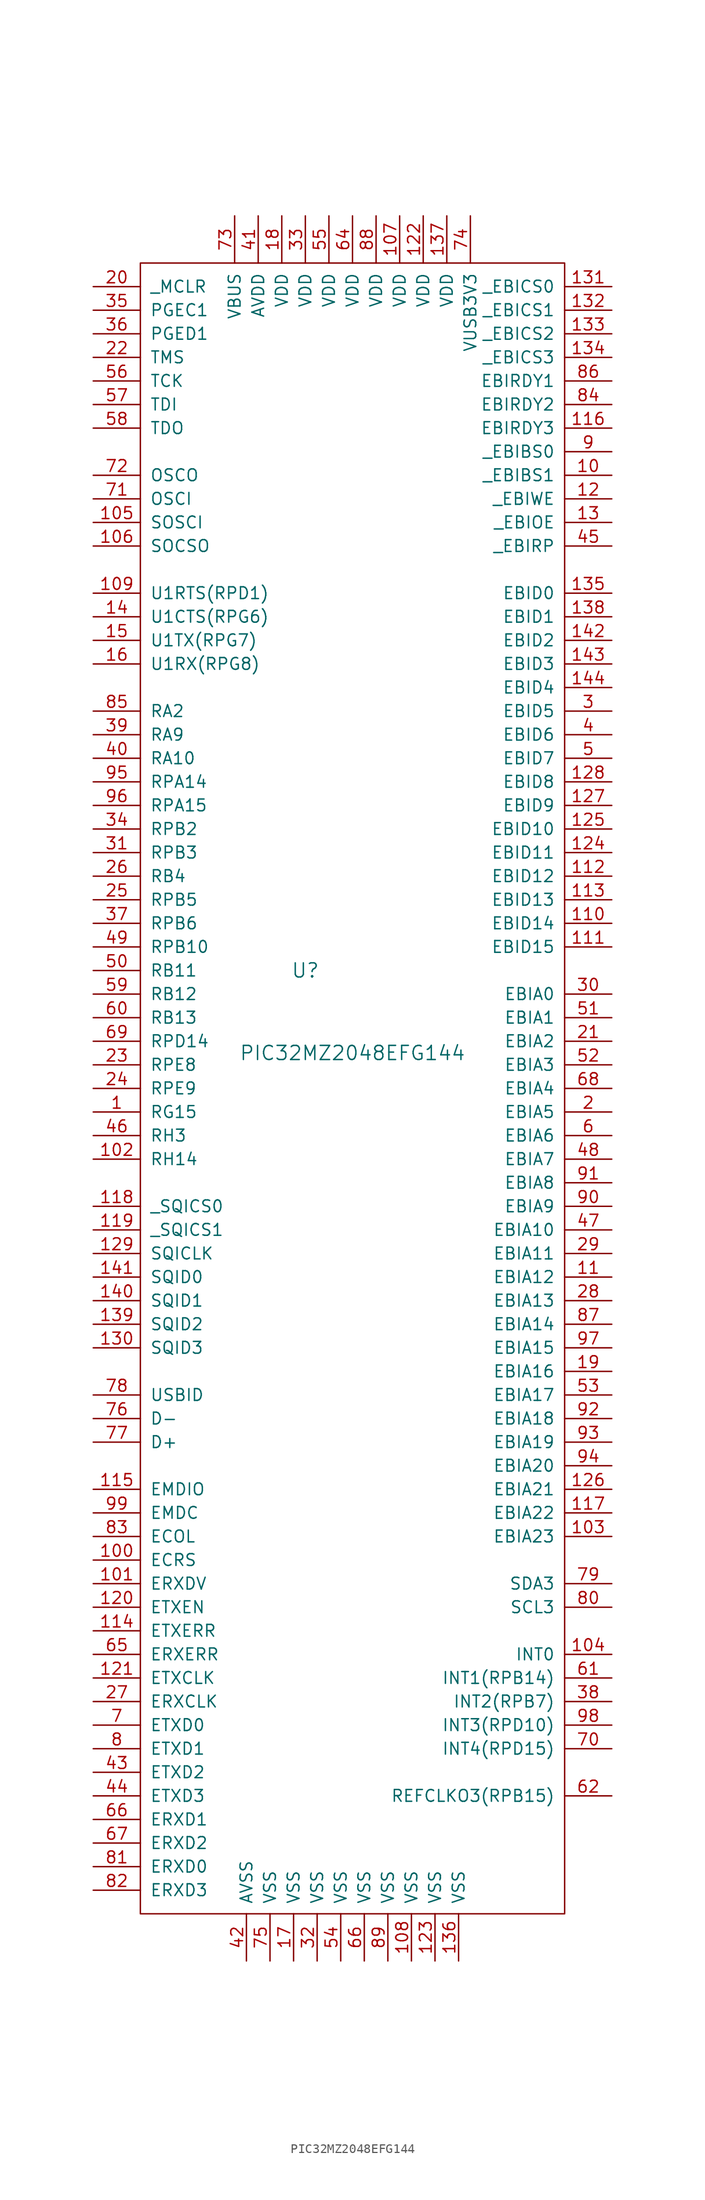
<source format=kicad_sym>
(kicad_symbol_lib
  (version 20211014)
  (generator kicad_symbol_editor)
  (symbol "PIC32MZ2048EFG144"
    (pin_names
      (offset 1.016))
    (property "Reference" "U"
      (at -5.08 5.08 0)
      (effects (font (size 1.524 1.524))))
    (property "Value" "PIC32MZ2048EFG144"
      (at 0 -3.81 0)
      (effects (font (size 1.524 1.524))))
    (property "Footprint" ""
      (at 26.67 -48.26 0)
      (effects (font (size 1.524 1.524))))
    (property "Datasheet" ""
      (at 26.67 -48.26 0)
      (effects (font (size 1.524 1.524))))
    (symbol "PIC32MZ2048EFG144_0_1"
      (rectangle (start -22.86 -96.52) (end 22.86 81.28) (stroke (width 0) (type default) (color 0 0 0 0)) (fill (type none))))
    (symbol "PIC32MZ2048EFG144_1_1"
      (pin tri_state line (at -27.94 -10.16 0) (length 5.08) (name "RG15" (effects (font (size 1.27 1.27)))) (number "1" (effects (font (size 1.27 1.27)))))
      (pin tri_state line (at 27.94 58.42 180) (length 5.08) (name "_EBIBS1" (effects (font (size 1.27 1.27)))) (number "10" (effects (font (size 1.27 1.27)))))
      (pin tri_state line (at -27.94 -58.42 0) (length 5.08) (name "ECRS" (effects (font (size 1.27 1.27)))) (number "100" (effects (font (size 1.27 1.27)))))
      (pin tri_state line (at -27.94 -60.96 0) (length 5.08) (name "ERXDV" (effects (font (size 1.27 1.27)))) (number "101" (effects (font (size 1.27 1.27)))))
      (pin tri_state line (at -27.94 -15.24 0) (length 5.08) (name "RH14" (effects (font (size 1.27 1.27)))) (number "102" (effects (font (size 1.27 1.27)))))
      (pin tri_state line (at 27.94 -55.88 180) (length 5.08) (name "EBIA23" (effects (font (size 1.27 1.27)))) (number "103" (effects (font (size 1.27 1.27)))))
      (pin tri_state line (at 27.94 -68.58 180) (length 5.08) (name "INT0" (effects (font (size 1.27 1.27)))) (number "104" (effects (font (size 1.27 1.27)))))
      (pin tri_state line (at -27.94 53.34 0) (length 5.08) (name "SOSCI" (effects (font (size 1.27 1.27)))) (number "105" (effects (font (size 1.27 1.27)))))
      (pin tri_state line (at -27.94 50.8 0) (length 5.08) (name "SOCSO" (effects (font (size 1.27 1.27)))) (number "106" (effects (font (size 1.27 1.27)))))
      (pin power_in line (at 5.08 86.36 270) (length 5.08) (name "VDD" (effects (font (size 1.27 1.27)))) (number "107" (effects (font (size 1.27 1.27)))))
      (pin power_in line (at 6.35 -101.6 90) (length 5.08) (name "VSS" (effects (font (size 1.27 1.27)))) (number "108" (effects (font (size 1.27 1.27)))))
      (pin tri_state line (at -27.94 45.72 0) (length 5.08) (name "U1RTS(RPD1)" (effects (font (size 1.27 1.27)))) (number "109" (effects (font (size 1.27 1.27)))))
      (pin tri_state line (at 27.94 -27.94 180) (length 5.08) (name "EBIA12" (effects (font (size 1.27 1.27)))) (number "11" (effects (font (size 1.27 1.27)))))
      (pin tri_state line (at 27.94 10.16 180) (length 5.08) (name "EBID14" (effects (font (size 1.27 1.27)))) (number "110" (effects (font (size 1.27 1.27)))))
      (pin tri_state line (at 27.94 7.62 180) (length 5.08) (name "EBID15" (effects (font (size 1.27 1.27)))) (number "111" (effects (font (size 1.27 1.27)))))
      (pin tri_state line (at 27.94 15.24 180) (length 5.08) (name "EBID12" (effects (font (size 1.27 1.27)))) (number "112" (effects (font (size 1.27 1.27)))))
      (pin tri_state line (at 27.94 12.7 180) (length 5.08) (name "EBID13" (effects (font (size 1.27 1.27)))) (number "113" (effects (font (size 1.27 1.27)))))
      (pin tri_state line (at -27.94 -66.04 0) (length 5.08) (name "ETXERR" (effects (font (size 1.27 1.27)))) (number "114" (effects (font (size 1.27 1.27)))))
      (pin tri_state line (at -27.94 -50.8 0) (length 5.08) (name "EMDIO" (effects (font (size 1.27 1.27)))) (number "115" (effects (font (size 1.27 1.27)))))
      (pin tri_state line (at 27.94 63.5 180) (length 5.08) (name "EBIRDY3" (effects (font (size 1.27 1.27)))) (number "116" (effects (font (size 1.27 1.27)))))
      (pin tri_state line (at 27.94 -53.34 180) (length 5.08) (name "EBIA22" (effects (font (size 1.27 1.27)))) (number "117" (effects (font (size 1.27 1.27)))))
      (pin tri_state line (at -27.94 -20.32 0) (length 5.08) (name "_SQICS0" (effects (font (size 1.27 1.27)))) (number "118" (effects (font (size 1.27 1.27)))))
      (pin tri_state line (at -27.94 -22.86 0) (length 5.08) (name "_SQICS1" (effects (font (size 1.27 1.27)))) (number "119" (effects (font (size 1.27 1.27)))))
      (pin tri_state line (at 27.94 55.88 180) (length 5.08) (name "_EBIWE" (effects (font (size 1.27 1.27)))) (number "12" (effects (font (size 1.27 1.27)))))
      (pin tri_state line (at -27.94 -63.5 0) (length 5.08) (name "ETXEN" (effects (font (size 1.27 1.27)))) (number "120" (effects (font (size 1.27 1.27)))))
      (pin tri_state line (at -27.94 -71.12 0) (length 5.08) (name "ETXCLK" (effects (font (size 1.27 1.27)))) (number "121" (effects (font (size 1.27 1.27)))))
      (pin power_in line (at 7.62 86.36 270) (length 5.08) (name "VDD" (effects (font (size 1.27 1.27)))) (number "122" (effects (font (size 1.27 1.27)))))
      (pin power_in line (at 8.89 -101.6 90) (length 5.08) (name "VSS" (effects (font (size 1.27 1.27)))) (number "123" (effects (font (size 1.27 1.27)))))
      (pin tri_state line (at 27.94 17.78 180) (length 5.08) (name "EBID11" (effects (font (size 1.27 1.27)))) (number "124" (effects (font (size 1.27 1.27)))))
      (pin tri_state line (at 27.94 20.32 180) (length 5.08) (name "EBID10" (effects (font (size 1.27 1.27)))) (number "125" (effects (font (size 1.27 1.27)))))
      (pin tri_state line (at 27.94 -50.8 180) (length 5.08) (name "EBIA21" (effects (font (size 1.27 1.27)))) (number "126" (effects (font (size 1.27 1.27)))))
      (pin tri_state line (at 27.94 22.86 180) (length 5.08) (name "EBID9" (effects (font (size 1.27 1.27)))) (number "127" (effects (font (size 1.27 1.27)))))
      (pin tri_state line (at 27.94 25.4 180) (length 5.08) (name "EBID8" (effects (font (size 1.27 1.27)))) (number "128" (effects (font (size 1.27 1.27)))))
      (pin tri_state line (at -27.94 -25.4 0) (length 5.08) (name "SQICLK" (effects (font (size 1.27 1.27)))) (number "129" (effects (font (size 1.27 1.27)))))
      (pin tri_state line (at 27.94 53.34 180) (length 5.08) (name "_EBIOE" (effects (font (size 1.27 1.27)))) (number "13" (effects (font (size 1.27 1.27)))))
      (pin tri_state line (at -27.94 -35.56 0) (length 5.08) (name "SQID3" (effects (font (size 1.27 1.27)))) (number "130" (effects (font (size 1.27 1.27)))))
      (pin tri_state line (at 27.94 78.74 180) (length 5.08) (name "_EBICS0" (effects (font (size 1.27 1.27)))) (number "131" (effects (font (size 1.27 1.27)))))
      (pin tri_state line (at 27.94 76.2 180) (length 5.08) (name "_EBICS1" (effects (font (size 1.27 1.27)))) (number "132" (effects (font (size 1.27 1.27)))))
      (pin tri_state line (at 27.94 73.66 180) (length 5.08) (name "_EBICS2" (effects (font (size 1.27 1.27)))) (number "133" (effects (font (size 1.27 1.27)))))
      (pin tri_state line (at 27.94 71.12 180) (length 5.08) (name "_EBICS3" (effects (font (size 1.27 1.27)))) (number "134" (effects (font (size 1.27 1.27)))))
      (pin tri_state line (at 27.94 45.72 180) (length 5.08) (name "EBID0" (effects (font (size 1.27 1.27)))) (number "135" (effects (font (size 1.27 1.27)))))
      (pin power_in line (at 11.43 -101.6 90) (length 5.08) (name "VSS" (effects (font (size 1.27 1.27)))) (number "136" (effects (font (size 1.27 1.27)))))
      (pin power_in line (at 10.16 86.36 270) (length 5.08) (name "VDD" (effects (font (size 1.27 1.27)))) (number "137" (effects (font (size 1.27 1.27)))))
      (pin tri_state line (at 27.94 43.18 180) (length 5.08) (name "EBID1" (effects (font (size 1.27 1.27)))) (number "138" (effects (font (size 1.27 1.27)))))
      (pin tri_state line (at -27.94 -33.02 0) (length 5.08) (name "SQID2" (effects (font (size 1.27 1.27)))) (number "139" (effects (font (size 1.27 1.27)))))
      (pin tri_state line (at -27.94 43.18 0) (length 5.08) (name "U1CTS(RPG6)" (effects (font (size 1.27 1.27)))) (number "14" (effects (font (size 1.27 1.27)))))
      (pin tri_state line (at -27.94 -30.48 0) (length 5.08) (name "SQID1" (effects (font (size 1.27 1.27)))) (number "140" (effects (font (size 1.27 1.27)))))
      (pin tri_state line (at -27.94 -27.94 0) (length 5.08) (name "SQID0" (effects (font (size 1.27 1.27)))) (number "141" (effects (font (size 1.27 1.27)))))
      (pin tri_state line (at 27.94 40.64 180) (length 5.08) (name "EBID2" (effects (font (size 1.27 1.27)))) (number "142" (effects (font (size 1.27 1.27)))))
      (pin tri_state line (at 27.94 38.1 180) (length 5.08) (name "EBID3" (effects (font (size 1.27 1.27)))) (number "143" (effects (font (size 1.27 1.27)))))
      (pin tri_state line (at 27.94 35.56 180) (length 5.08) (name "EBID4" (effects (font (size 1.27 1.27)))) (number "144" (effects (font (size 1.27 1.27)))))
      (pin tri_state line (at -27.94 40.64 0) (length 5.08) (name "U1TX(RPG7)" (effects (font (size 1.27 1.27)))) (number "15" (effects (font (size 1.27 1.27)))))
      (pin tri_state line (at -27.94 38.1 0) (length 5.08) (name "U1RX(RPG8)" (effects (font (size 1.27 1.27)))) (number "16" (effects (font (size 1.27 1.27)))))
      (pin power_in line (at -6.35 -101.6 90) (length 5.08) (name "VSS" (effects (font (size 1.27 1.27)))) (number "17" (effects (font (size 1.27 1.27)))))
      (pin power_in line (at -7.62 86.36 270) (length 5.08) (name "VDD" (effects (font (size 1.27 1.27)))) (number "18" (effects (font (size 1.27 1.27)))))
      (pin tri_state line (at 27.94 -38.1 180) (length 5.08) (name "EBIA16" (effects (font (size 1.27 1.27)))) (number "19" (effects (font (size 1.27 1.27)))))
      (pin tri_state line (at 27.94 -10.16 180) (length 5.08) (name "EBIA5" (effects (font (size 1.27 1.27)))) (number "2" (effects (font (size 1.27 1.27)))))
      (pin tri_state line (at -27.94 78.74 0) (length 5.08) (name "_MCLR" (effects (font (size 1.27 1.27)))) (number "20" (effects (font (size 1.27 1.27)))))
      (pin tri_state line (at 27.94 -2.54 180) (length 5.08) (name "EBIA2" (effects (font (size 1.27 1.27)))) (number "21" (effects (font (size 1.27 1.27)))))
      (pin tri_state line (at -27.94 71.12 0) (length 5.08) (name "TMS" (effects (font (size 1.27 1.27)))) (number "22" (effects (font (size 1.27 1.27)))))
      (pin tri_state line (at -27.94 -5.08 0) (length 5.08) (name "RPE8" (effects (font (size 1.27 1.27)))) (number "23" (effects (font (size 1.27 1.27)))))
      (pin tri_state line (at -27.94 -7.62 0) (length 5.08) (name "RPE9" (effects (font (size 1.27 1.27)))) (number "24" (effects (font (size 1.27 1.27)))))
      (pin tri_state line (at -27.94 12.7 0) (length 5.08) (name "RPB5" (effects (font (size 1.27 1.27)))) (number "25" (effects (font (size 1.27 1.27)))))
      (pin tri_state line (at -27.94 15.24 0) (length 5.08) (name "RB4" (effects (font (size 1.27 1.27)))) (number "26" (effects (font (size 1.27 1.27)))))
      (pin tri_state line (at -27.94 -73.66 0) (length 5.08) (name "ERXCLK" (effects (font (size 1.27 1.27)))) (number "27" (effects (font (size 1.27 1.27)))))
      (pin tri_state line (at 27.94 -30.48 180) (length 5.08) (name "EBIA13" (effects (font (size 1.27 1.27)))) (number "28" (effects (font (size 1.27 1.27)))))
      (pin tri_state line (at 27.94 -25.4 180) (length 5.08) (name "EBIA11" (effects (font (size 1.27 1.27)))) (number "29" (effects (font (size 1.27 1.27)))))
      (pin tri_state line (at 27.94 33.02 180) (length 5.08) (name "EBID5" (effects (font (size 1.27 1.27)))) (number "3" (effects (font (size 1.27 1.27)))))
      (pin tri_state line (at 27.94 2.54 180) (length 5.08) (name "EBIA0" (effects (font (size 1.27 1.27)))) (number "30" (effects (font (size 1.27 1.27)))))
      (pin tri_state line (at -27.94 17.78 0) (length 5.08) (name "RPB3" (effects (font (size 1.27 1.27)))) (number "31" (effects (font (size 1.27 1.27)))))
      (pin power_in line (at -3.81 -101.6 90) (length 5.08) (name "VSS" (effects (font (size 1.27 1.27)))) (number "32" (effects (font (size 1.27 1.27)))))
      (pin power_in line (at -5.08 86.36 270) (length 5.08) (name "VDD" (effects (font (size 1.27 1.27)))) (number "33" (effects (font (size 1.27 1.27)))))
      (pin tri_state line (at -27.94 20.32 0) (length 5.08) (name "RPB2" (effects (font (size 1.27 1.27)))) (number "34" (effects (font (size 1.27 1.27)))))
      (pin tri_state line (at -27.94 76.2 0) (length 5.08) (name "PGEC1" (effects (font (size 1.27 1.27)))) (number "35" (effects (font (size 1.27 1.27)))))
      (pin tri_state line (at -27.94 73.66 0) (length 5.08) (name "PGED1" (effects (font (size 1.27 1.27)))) (number "36" (effects (font (size 1.27 1.27)))))
      (pin tri_state line (at -27.94 10.16 0) (length 5.08) (name "RPB6" (effects (font (size 1.27 1.27)))) (number "37" (effects (font (size 1.27 1.27)))))
      (pin tri_state line (at 27.94 -73.66 180) (length 5.08) (name "INT2(RPB7)" (effects (font (size 1.27 1.27)))) (number "38" (effects (font (size 1.27 1.27)))))
      (pin tri_state line (at -27.94 30.48 0) (length 5.08) (name "RA9" (effects (font (size 1.27 1.27)))) (number "39" (effects (font (size 1.27 1.27)))))
      (pin tri_state line (at 27.94 30.48 180) (length 5.08) (name "EBID6" (effects (font (size 1.27 1.27)))) (number "4" (effects (font (size 1.27 1.27)))))
      (pin tri_state line (at -27.94 27.94 0) (length 5.08) (name "RA10" (effects (font (size 1.27 1.27)))) (number "40" (effects (font (size 1.27 1.27)))))
      (pin power_in line (at -10.16 86.36 270) (length 5.08) (name "AVDD" (effects (font (size 1.27 1.27)))) (number "41" (effects (font (size 1.27 1.27)))))
      (pin power_in line (at -11.43 -101.6 90) (length 5.08) (name "AVSS" (effects (font (size 1.27 1.27)))) (number "42" (effects (font (size 1.27 1.27)))))
      (pin tri_state line (at -27.94 -81.28 0) (length 5.08) (name "ETXD2" (effects (font (size 1.27 1.27)))) (number "43" (effects (font (size 1.27 1.27)))))
      (pin tri_state line (at -27.94 -83.82 0) (length 5.08) (name "ETXD3" (effects (font (size 1.27 1.27)))) (number "44" (effects (font (size 1.27 1.27)))))
      (pin tri_state line (at 27.94 50.8 180) (length 5.08) (name "_EBIRP" (effects (font (size 1.27 1.27)))) (number "45" (effects (font (size 1.27 1.27)))))
      (pin tri_state line (at -27.94 -12.7 0) (length 5.08) (name "RH3" (effects (font (size 1.27 1.27)))) (number "46" (effects (font (size 1.27 1.27)))))
      (pin tri_state line (at 27.94 -22.86 180) (length 5.08) (name "EBIA10" (effects (font (size 1.27 1.27)))) (number "47" (effects (font (size 1.27 1.27)))))
      (pin tri_state line (at 27.94 -15.24 180) (length 5.08) (name "EBIA7" (effects (font (size 1.27 1.27)))) (number "48" (effects (font (size 1.27 1.27)))))
      (pin tri_state line (at -27.94 7.62 0) (length 5.08) (name "RPB10" (effects (font (size 1.27 1.27)))) (number "49" (effects (font (size 1.27 1.27)))))
      (pin tri_state line (at 27.94 27.94 180) (length 5.08) (name "EBID7" (effects (font (size 1.27 1.27)))) (number "5" (effects (font (size 1.27 1.27)))))
      (pin tri_state line (at -27.94 5.08 0) (length 5.08) (name "RB11" (effects (font (size 1.27 1.27)))) (number "50" (effects (font (size 1.27 1.27)))))
      (pin tri_state line (at 27.94 0 180) (length 5.08) (name "EBIA1" (effects (font (size 1.27 1.27)))) (number "51" (effects (font (size 1.27 1.27)))))
      (pin tri_state line (at 27.94 -5.08 180) (length 5.08) (name "EBIA3" (effects (font (size 1.27 1.27)))) (number "52" (effects (font (size 1.27 1.27)))))
      (pin tri_state line (at 27.94 -40.64 180) (length 5.08) (name "EBIA17" (effects (font (size 1.27 1.27)))) (number "53" (effects (font (size 1.27 1.27)))))
      (pin power_in line (at -1.27 -101.6 90) (length 5.08) (name "VSS" (effects (font (size 1.27 1.27)))) (number "54" (effects (font (size 1.27 1.27)))))
      (pin power_in line (at -2.54 86.36 270) (length 5.08) (name "VDD" (effects (font (size 1.27 1.27)))) (number "55" (effects (font (size 1.27 1.27)))))
      (pin tri_state line (at -27.94 68.58 0) (length 5.08) (name "TCK" (effects (font (size 1.27 1.27)))) (number "56" (effects (font (size 1.27 1.27)))))
      (pin tri_state line (at -27.94 66.04 0) (length 5.08) (name "TDI" (effects (font (size 1.27 1.27)))) (number "57" (effects (font (size 1.27 1.27)))))
      (pin tri_state line (at -27.94 63.5 0) (length 5.08) (name "TDO" (effects (font (size 1.27 1.27)))) (number "58" (effects (font (size 1.27 1.27)))))
      (pin tri_state line (at -27.94 2.54 0) (length 5.08) (name "RB12" (effects (font (size 1.27 1.27)))) (number "59" (effects (font (size 1.27 1.27)))))
      (pin tri_state line (at 27.94 -12.7 180) (length 5.08) (name "EBIA6" (effects (font (size 1.27 1.27)))) (number "6" (effects (font (size 1.27 1.27)))))
      (pin tri_state line (at -27.94 0 0) (length 5.08) (name "RB13" (effects (font (size 1.27 1.27)))) (number "60" (effects (font (size 1.27 1.27)))))
      (pin tri_state line (at 27.94 -71.12 180) (length 5.08) (name "INT1(RPB14)" (effects (font (size 1.27 1.27)))) (number "61" (effects (font (size 1.27 1.27)))))
      (pin tri_state line (at 27.94 -83.82 180) (length 5.08) (name "REFCLKO3(RPB15)" (effects (font (size 1.27 1.27)))) (number "62" (effects (font (size 1.27 1.27)))))
      (pin power_in line (at 0 86.36 270) (length 5.08) (name "VDD" (effects (font (size 1.27 1.27)))) (number "64" (effects (font (size 1.27 1.27)))))
      (pin tri_state line (at -27.94 -68.58 0) (length 5.08) (name "ERXERR" (effects (font (size 1.27 1.27)))) (number "65" (effects (font (size 1.27 1.27)))))
      (pin tri_state line (at -27.94 -86.36 0) (length 5.08) (name "ERXD1" (effects (font (size 1.27 1.27)))) (number "66" (effects (font (size 1.27 1.27)))))
      (pin power_in line (at 1.27 -101.6 90) (length 5.08) (name "VSS" (effects (font (size 1.27 1.27)))) (number "66" (effects (font (size 1.27 1.27)))))
      (pin tri_state line (at -27.94 -88.9 0) (length 5.08) (name "ERXD2" (effects (font (size 1.27 1.27)))) (number "67" (effects (font (size 1.27 1.27)))))
      (pin tri_state line (at 27.94 -7.62 180) (length 5.08) (name "EBIA4" (effects (font (size 1.27 1.27)))) (number "68" (effects (font (size 1.27 1.27)))))
      (pin tri_state line (at -27.94 -2.54 0) (length 5.08) (name "RPD14" (effects (font (size 1.27 1.27)))) (number "69" (effects (font (size 1.27 1.27)))))
      (pin tri_state line (at -27.94 -76.2 0) (length 5.08) (name "ETXD0" (effects (font (size 1.27 1.27)))) (number "7" (effects (font (size 1.27 1.27)))))
      (pin tri_state line (at 27.94 -78.74 180) (length 5.08) (name "INT4(RPD15)" (effects (font (size 1.27 1.27)))) (number "70" (effects (font (size 1.27 1.27)))))
      (pin tri_state line (at -27.94 55.88 0) (length 5.08) (name "OSCI" (effects (font (size 1.27 1.27)))) (number "71" (effects (font (size 1.27 1.27)))))
      (pin tri_state line (at -27.94 58.42 0) (length 5.08) (name "OSCO" (effects (font (size 1.27 1.27)))) (number "72" (effects (font (size 1.27 1.27)))))
      (pin power_in line (at -12.7 86.36 270) (length 5.08) (name "VBUS" (effects (font (size 1.27 1.27)))) (number "73" (effects (font (size 1.27 1.27)))))
      (pin power_in line (at 12.7 86.36 270) (length 5.08) (name "VUSB3V3" (effects (font (size 1.27 1.27)))) (number "74" (effects (font (size 1.27 1.27)))))
      (pin power_in line (at -8.89 -101.6 90) (length 5.08) (name "VSS" (effects (font (size 1.27 1.27)))) (number "75" (effects (font (size 1.27 1.27)))))
      (pin tri_state line (at -27.94 -43.18 0) (length 5.08) (name "D-" (effects (font (size 1.27 1.27)))) (number "76" (effects (font (size 1.27 1.27)))))
      (pin tri_state line (at -27.94 -45.72 0) (length 5.08) (name "D+" (effects (font (size 1.27 1.27)))) (number "77" (effects (font (size 1.27 1.27)))))
      (pin tri_state line (at -27.94 -40.64 0) (length 5.08) (name "USBID" (effects (font (size 1.27 1.27)))) (number "78" (effects (font (size 1.27 1.27)))))
      (pin tri_state line (at 27.94 -60.96 180) (length 5.08) (name "SDA3" (effects (font (size 1.27 1.27)))) (number "79" (effects (font (size 1.27 1.27)))))
      (pin tri_state line (at -27.94 -78.74 0) (length 5.08) (name "ETXD1" (effects (font (size 1.27 1.27)))) (number "8" (effects (font (size 1.27 1.27)))))
      (pin tri_state line (at 27.94 -63.5 180) (length 5.08) (name "SCL3" (effects (font (size 1.27 1.27)))) (number "80" (effects (font (size 1.27 1.27)))))
      (pin tri_state line (at -27.94 -91.44 0) (length 5.08) (name "ERXD0" (effects (font (size 1.27 1.27)))) (number "81" (effects (font (size 1.27 1.27)))))
      (pin tri_state line (at -27.94 -93.98 0) (length 5.08) (name "ERXD3" (effects (font (size 1.27 1.27)))) (number "82" (effects (font (size 1.27 1.27)))))
      (pin tri_state line (at -27.94 -55.88 0) (length 5.08) (name "ECOL" (effects (font (size 1.27 1.27)))) (number "83" (effects (font (size 1.27 1.27)))))
      (pin tri_state line (at 27.94 66.04 180) (length 5.08) (name "EBIRDY2" (effects (font (size 1.27 1.27)))) (number "84" (effects (font (size 1.27 1.27)))))
      (pin tri_state line (at -27.94 33.02 0) (length 5.08) (name "RA2" (effects (font (size 1.27 1.27)))) (number "85" (effects (font (size 1.27 1.27)))))
      (pin tri_state line (at 27.94 68.58 180) (length 5.08) (name "EBIRDY1" (effects (font (size 1.27 1.27)))) (number "86" (effects (font (size 1.27 1.27)))))
      (pin tri_state line (at 27.94 -33.02 180) (length 5.08) (name "EBIA14" (effects (font (size 1.27 1.27)))) (number "87" (effects (font (size 1.27 1.27)))))
      (pin power_in line (at 2.54 86.36 270) (length 5.08) (name "VDD" (effects (font (size 1.27 1.27)))) (number "88" (effects (font (size 1.27 1.27)))))
      (pin power_in line (at 3.81 -101.6 90) (length 5.08) (name "VSS" (effects (font (size 1.27 1.27)))) (number "89" (effects (font (size 1.27 1.27)))))
      (pin tri_state line (at 27.94 60.96 180) (length 5.08) (name "_EBIBS0" (effects (font (size 1.27 1.27)))) (number "9" (effects (font (size 1.27 1.27)))))
      (pin tri_state line (at 27.94 -20.32 180) (length 5.08) (name "EBIA9" (effects (font (size 1.27 1.27)))) (number "90" (effects (font (size 1.27 1.27)))))
      (pin tri_state line (at 27.94 -17.78 180) (length 5.08) (name "EBIA8" (effects (font (size 1.27 1.27)))) (number "91" (effects (font (size 1.27 1.27)))))
      (pin tri_state line (at 27.94 -43.18 180) (length 5.08) (name "EBIA18" (effects (font (size 1.27 1.27)))) (number "92" (effects (font (size 1.27 1.27)))))
      (pin tri_state line (at 27.94 -45.72 180) (length 5.08) (name "EBIA19" (effects (font (size 1.27 1.27)))) (number "93" (effects (font (size 1.27 1.27)))))
      (pin tri_state line (at 27.94 -48.26 180) (length 5.08) (name "EBIA20" (effects (font (size 1.27 1.27)))) (number "94" (effects (font (size 1.27 1.27)))))
      (pin tri_state line (at -27.94 25.4 0) (length 5.08) (name "RPA14" (effects (font (size 1.27 1.27)))) (number "95" (effects (font (size 1.27 1.27)))))
      (pin tri_state line (at -27.94 22.86 0) (length 5.08) (name "RPA15" (effects (font (size 1.27 1.27)))) (number "96" (effects (font (size 1.27 1.27)))))
      (pin tri_state line (at 27.94 -35.56 180) (length 5.08) (name "EBIA15" (effects (font (size 1.27 1.27)))) (number "97" (effects (font (size 1.27 1.27)))))
      (pin tri_state line (at 27.94 -76.2 180) (length 5.08) (name "INT3(RPD10)" (effects (font (size 1.27 1.27)))) (number "98" (effects (font (size 1.27 1.27)))))
      (pin tri_state line (at -27.94 -53.34 0) (length 5.08) (name "EMDC" (effects (font (size 1.27 1.27)))) (number "99" (effects (font (size 1.27 1.27))))))))
</source>
